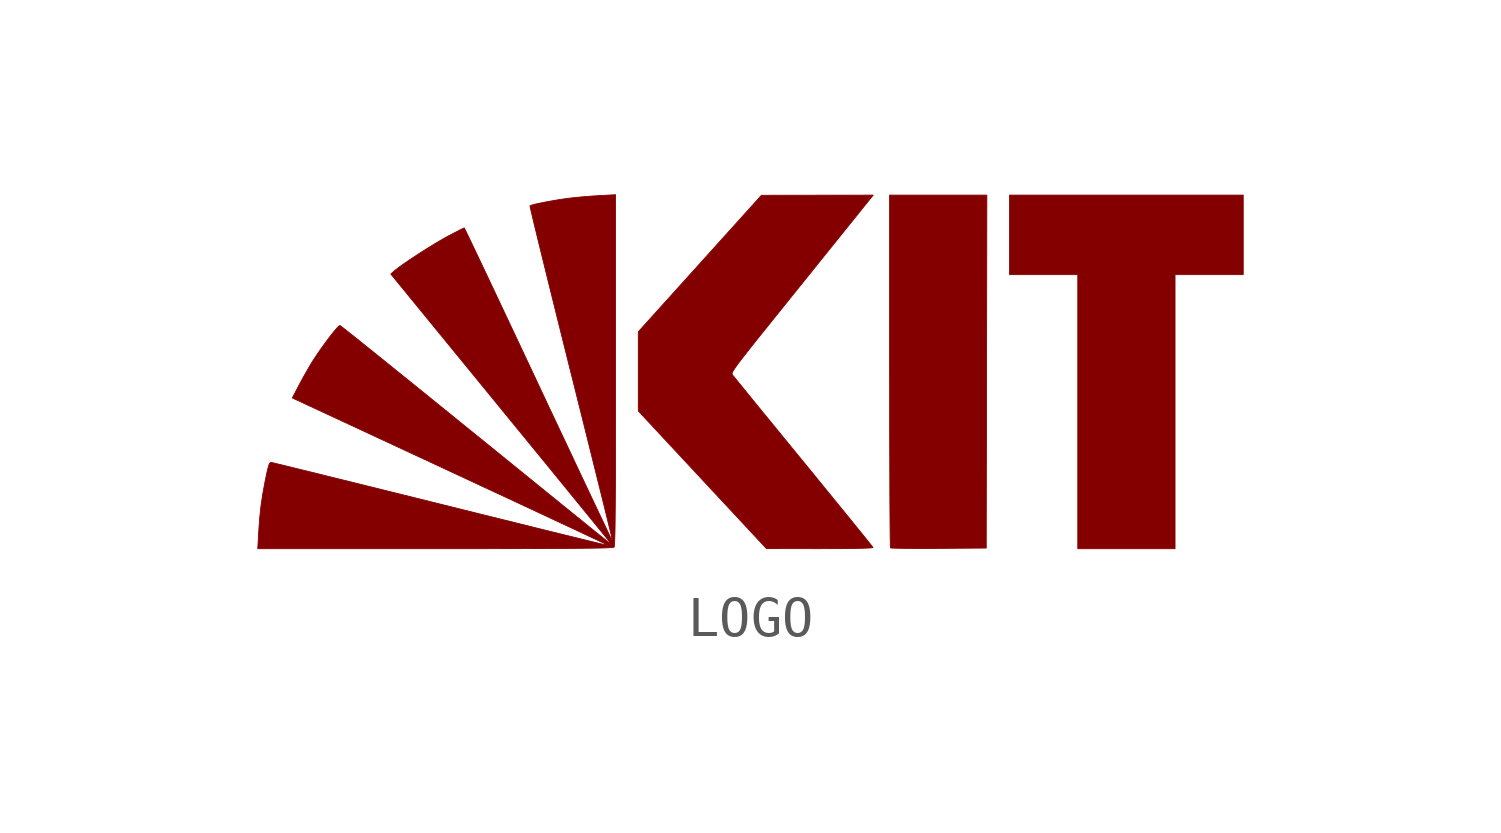
<source format=kicad_sym>
(kicad_symbol_lib
  (version 20220914)
  (generator bitmap2component)
  (symbol "LOGO"
    (pin_names
      (offset 1.016))
    (property "Reference" "#G"
      (at 0 4.369 0)
      (effects (font (size 1.27 1.27)) hide))
    (symbol "LOGO_0_0"
      (polyline (pts (xy -7.319 -4.497) (xy -6.729 -4.497) (xy -6.197 -4.496) (xy -5.721 -4.495) (xy -5.299 -4.494) (xy -4.928 -4.492) (xy -4.605 -4.49) (xy -4.329 -4.488) (xy -4.097 -4.485) (xy -3.906 -4.482) (xy -3.755 -4.479) (xy -3.64 -4.474) (xy -3.559 -4.47) (xy -3.51 -4.465) (xy -3.49 -4.459) (xy -3.485 -4.442) (xy -3.48 -4.395) (xy -3.475 -4.317) (xy -3.471 -4.204) (xy -3.467 -4.055) (xy -3.464 -3.867) (xy -3.462 -3.638) (xy -3.459 -3.365) (xy -3.457 -3.046) (xy -3.455 -2.677) (xy -3.454 -2.258) (xy -3.453 -1.785) (xy -3.453 -1.256) (xy -3.452 -0.669) (xy -3.452 -0.021) (xy -3.452 4.38) (xy -3.872 4.357) (xy -4.031 4.347) (xy -4.253 4.33) (xy -4.471 4.309) (xy -4.656 4.288) (xy -4.669 4.286) (xy -4.832 4.263) (xy -5.005 4.234) (xy -5.177 4.203) (xy -5.334 4.172) (xy -5.465 4.144) (xy -5.557 4.119) (xy -5.599 4.102) (xy -5.598 4.091) (xy -5.584 4.025) (xy -5.555 3.903) (xy -5.514 3.728) (xy -5.46 3.505) (xy -5.395 3.237) (xy -5.319 2.927) (xy -5.233 2.579) (xy -5.139 2.196) (xy -5.036 1.782) (xy -4.927 1.34) (xy -4.811 0.875) (xy -4.69 0.389) (xy -4.564 -0.114) (xy -4.49 -0.41) (xy -4.367 -0.903) (xy -4.248 -1.378) (xy -4.136 -1.829) (xy -4.03 -2.255) (xy -3.932 -2.65) (xy -3.842 -3.013) (xy -3.761 -3.339) (xy -3.691 -3.624) (xy -3.632 -3.866) (xy -3.584 -4.06) (xy -3.55 -4.203) (xy -3.529 -4.292) (xy -3.522 -4.324) (xy -3.528 -4.313) (xy -3.558 -4.252) (xy -3.613 -4.139) (xy -3.69 -3.977) (xy -3.789 -3.769) (xy -3.908 -3.52) (xy -4.044 -3.231) (xy -4.198 -2.906) (xy -4.366 -2.55) (xy -4.548 -2.163) (xy -4.742 -1.751) (xy -4.947 -1.317) (xy -5.161 -0.863) (xy -5.382 -0.392) (xy -5.519 -0.1) (xy -5.736 0.361) (xy -5.944 0.804) (xy -6.143 1.225) (xy -6.33 1.622) (xy -6.504 1.991) (xy -6.664 2.329) (xy -6.808 2.633) (xy -6.934 2.898) (xy -7.041 3.123) (xy -7.128 3.304) (xy -7.192 3.437) (xy -7.232 3.519) (xy -7.248 3.547) (xy -7.25 3.547) (xy -7.291 3.528) (xy -7.376 3.486) (xy -7.492 3.426) (xy -7.63 3.354) (xy -7.648 3.345) (xy -7.806 3.256) (xy -7.99 3.148) (xy -8.188 3.026) (xy -8.388 2.899) (xy -8.58 2.773) (xy -8.751 2.656) (xy -8.891 2.557) (xy -8.987 2.481) (xy -9.089 2.391) (xy -6.318 -0.997) (xy -6.101 -1.263) (xy -5.778 -1.657) (xy -5.468 -2.037) (xy -5.172 -2.398) (xy -4.894 -2.739) (xy -4.636 -3.055) (xy -4.399 -3.345) (xy -4.187 -3.606) (xy -4.001 -3.834) (xy -3.844 -4.027) (xy -3.717 -4.183) (xy -3.624 -4.298) (xy -3.567 -4.37) (xy -3.554 -4.386) (xy -3.515 -4.386) (xy -3.5 -4.371) (xy -3.484 -4.386) (xy -3.5 -4.402) (xy -3.515 -4.386) (xy -3.554 -4.386) (xy -3.547 -4.395) (xy -3.549 -4.394) (xy -3.583 -4.37) (xy -3.657 -4.312) (xy -3.764 -4.228) (xy -3.896 -4.122) (xy -4.047 -4) (xy -4.678 -3.489) (xy -5.318 -2.97) (xy -5.911 -2.489) (xy -6.46 -2.044) (xy -6.965 -1.635) (xy -7.428 -1.26) (xy -7.851 -0.917) (xy -8.235 -0.606) (xy -8.582 -0.326) (xy -8.893 -0.075) (xy -9.169 0.148) (xy -9.413 0.345) (xy -9.625 0.515) (xy -9.807 0.661) (xy -9.96 0.784) (xy -10.087 0.885) (xy -10.188 0.965) (xy -10.265 1.025) (xy -10.319 1.067) (xy -10.352 1.092) (xy -10.366 1.101) (xy -10.387 1.089) (xy -10.442 1.035) (xy -10.52 0.943) (xy -10.616 0.822) (xy -10.722 0.681) (xy -10.832 0.528) (xy -10.94 0.372) (xy -11.039 0.222) (xy -11.098 0.126) (xy -11.189 -0.03) (xy -11.286 -0.202) (xy -11.375 -0.366) (xy -11.559 -0.717) (xy -7.585 -2.565) (xy -7.267 -2.713) (xy -6.805 -2.929) (xy -6.361 -3.135) (xy -5.939 -3.332) (xy -5.541 -3.518) (xy -5.172 -3.69) (xy -4.834 -3.849) (xy -4.53 -3.99) (xy -4.265 -4.115) (xy -4.04 -4.221) (xy -3.86 -4.306) (xy -3.728 -4.368) (xy -3.646 -4.407) (xy -3.619 -4.421) (xy -3.63 -4.42) (xy -3.695 -4.404) (xy -3.815 -4.376) (xy -3.988 -4.333) (xy -4.21 -4.279) (xy -4.477 -4.214) (xy -4.786 -4.138) (xy -5.134 -4.052) (xy -5.516 -3.958) (xy -5.929 -3.855) (xy -6.37 -3.746) (xy -6.835 -3.631) (xy -7.32 -3.51) (xy -7.823 -3.385) (xy -8.104 -3.315) (xy -8.599 -3.192) (xy -9.076 -3.074) (xy -9.531 -2.961) (xy -9.96 -2.855) (xy -10.36 -2.756) (xy -10.728 -2.665) (xy -11.059 -2.583) (xy -11.35 -2.512) (xy -11.598 -2.451) (xy -11.798 -2.402) (xy -11.948 -2.366) (xy -12.044 -2.343) (xy -12.081 -2.334) (xy -12.098 -2.335) (xy -12.122 -2.349) (xy -12.143 -2.388) (xy -12.166 -2.461) (xy -12.194 -2.578) (xy -12.229 -2.747) (xy -12.234 -2.768) (xy -12.298 -3.113) (xy -12.346 -3.432) (xy -12.38 -3.755) (xy -12.404 -4.112) (xy -12.425 -4.497) (xy -7.976 -4.497) (xy -7.971 -4.497) (xy -7.319 -4.497)) (stroke (width 0.01) (type default)) (fill (type outline)))
      (polyline (pts (xy 1.992 -4.496) (xy 2.291 -4.495) (xy 2.541 -4.491) (xy 2.741 -4.487) (xy 2.887 -4.481) (xy 2.975 -4.475) (xy 3.003 -4.467) (xy 2.989 -4.447) (xy 2.937 -4.382) (xy 2.851 -4.274) (xy 2.732 -4.126) (xy 2.584 -3.944) (xy 2.411 -3.73) (xy 2.213 -3.488) (xy 1.996 -3.221) (xy 1.761 -2.933) (xy 1.512 -2.628) (xy 1.251 -2.309) (xy 1.041 -2.052) (xy 0.788 -1.743) (xy 0.549 -1.45) (xy 0.325 -1.177) (xy 0.121 -0.927) (xy -0.06 -0.705) (xy -0.216 -0.513) (xy -0.344 -0.356) (xy -0.441 -0.236) (xy -0.503 -0.159) (xy -0.529 -0.127) (xy -0.529 -0.126) (xy -0.533 -0.107) (xy -0.524 -0.076) (xy -0.499 -0.03) (xy -0.455 0.037) (xy -0.389 0.129) (xy -0.299 0.249) (xy -0.18 0.401) (xy -0.03 0.591) (xy 0.153 0.821) (xy 0.374 1.095) (xy 0.407 1.137) (xy 0.644 1.431) (xy 0.902 1.752) (xy 1.172 2.087) (xy 1.443 2.424) (xy 1.705 2.75) (xy 1.948 3.052) (xy 2.162 3.317) (xy 3.009 4.37) (xy 1.607 4.368) (xy 0.206 4.366) (xy -1.338 2.654) (xy -2.882 0.943) (xy -2.882 -0.05) (xy -2.882 -1.043) (xy -1.275 -2.77) (xy 0.333 -4.496) (xy 1.673 -4.497) (xy 1.992 -4.496)) (stroke (width 0.01) (type default)) (fill (type outline)))
      (polyline (pts (xy 4.385 -4.491) (xy 4.653 -4.49) (xy 5.843 -4.481) (xy 5.851 -0.056) (xy 5.859 4.37) (xy 4.64 4.37) (xy 3.42 4.37) (xy 3.42 -0.042) (xy 3.421 -0.414) (xy 3.421 -0.926) (xy 3.421 -1.418) (xy 3.422 -1.886) (xy 3.424 -2.327) (xy 3.425 -2.737) (xy 3.426 -3.113) (xy 3.428 -3.451) (xy 3.43 -3.747) (xy 3.432 -3.998) (xy 3.434 -4.2) (xy 3.437 -4.349) (xy 3.439 -4.443) (xy 3.442 -4.477) (xy 3.443 -4.477) (xy 3.485 -4.482) (xy 3.582 -4.485) (xy 3.728 -4.488) (xy 3.915 -4.49) (xy 4.136 -4.491) (xy 4.385 -4.491)) (stroke (width 0.01) (type default)) (fill (type outline)))
      (polyline (pts (xy 10.578 -1.061) (xy 10.578 2.375) (xy 11.433 2.375) (xy 12.288 2.375) (xy 12.288 3.373) (xy 12.288 4.37) (xy 9.359 4.37) (xy 6.429 4.37) (xy 6.429 3.373) (xy 6.429 2.375) (xy 7.284 2.375) (xy 8.139 2.375) (xy 8.139 -1.061) (xy 8.139 -4.497) (xy 9.359 -4.497) (xy 10.578 -4.497) (xy 10.578 -1.061)) (stroke (width 0.01) (type default)) (fill (type outline))))))
</source>
